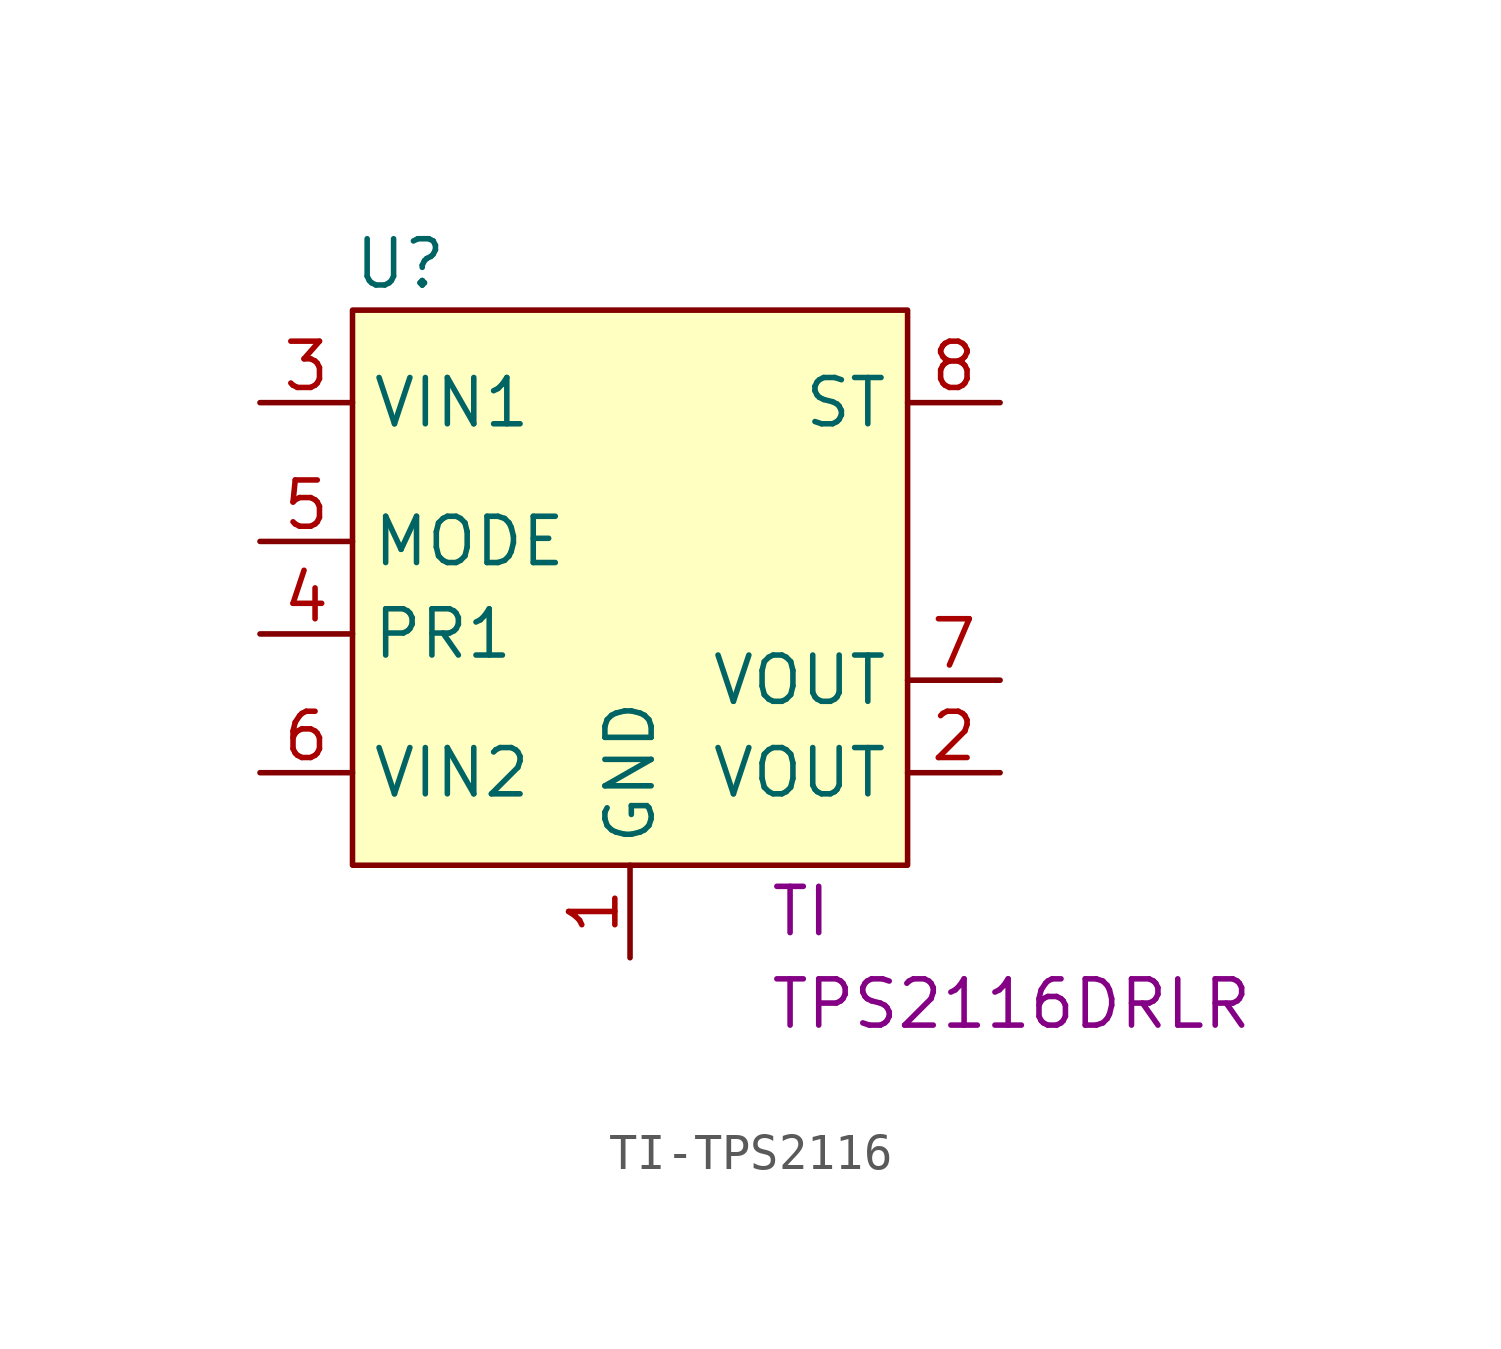
<source format=kicad_sym>
(kicad_symbol_lib
  (version 20211014)
  (generator kicad_symbol_editor)
  (symbol "TI-TPS2116"
    (property "Reference" "U"
      (at -7.62 8.89 0)
      (effects (font (size 1.27 1.27)) (justify left)))
    (property "Manufacturer" "TI"
      (at 3.81 -8.89 0)
      (effects (font (size 1.27 1.27)) (justify left)))
    (property "MPN" "TPS2116DRLR"
      (at 3.81 -11.43 0)
      (effects (font (size 1.27 1.27)) (justify left)))
    (symbol "TI-TPS2116_0_0"
      (pin power_in line (at 0 -10.16 90) (length 2.54) (name "GND" (effects (font (size 1.27 1.27)))) (number "1" (effects (font (size 1.27 1.27)))))
      (pin power_out line (at 10.16 -5.08 180) (length 2.54) (name "VOUT" (effects (font (size 1.27 1.27)))) (number "2" (effects (font (size 1.27 1.27)))))
      (pin power_in line (at -10.16 5.08 0) (length 2.54) (name "VIN1" (effects (font (size 1.27 1.27)))) (number "3" (effects (font (size 1.27 1.27)))))
      (pin input line (at -10.16 -1.27 0) (length 2.54) (name "PR1" (effects (font (size 1.27 1.27)))) (number "4" (effects (font (size 1.27 1.27)))))
      (pin input line (at -10.16 1.27 0) (length 2.54) (name "MODE" (effects (font (size 1.27 1.27)))) (number "5" (effects (font (size 1.27 1.27)))))
      (pin power_in line (at -10.16 -5.08 0) (length 2.54) (name "VIN2" (effects (font (size 1.27 1.27)))) (number "6" (effects (font (size 1.27 1.27)))))
      (pin power_out line (at 10.16 -2.54 180) (length 2.54) (name "VOUT" (effects (font (size 1.27 1.27)))) (number "7" (effects (font (size 1.27 1.27)))))
      (pin output line (at 10.16 5.08 180) (length 2.54) (name "ST" (effects (font (size 1.27 1.27)))) (number "8" (effects (font (size 1.27 1.27))))))
    (symbol "TI-TPS2116_0_1"
      (rectangle (start -7.62 7.62) (end 7.62 -7.62) (stroke (width 0) (type default) (color 0 0 0 0)) (fill (type background))))))
</source>
